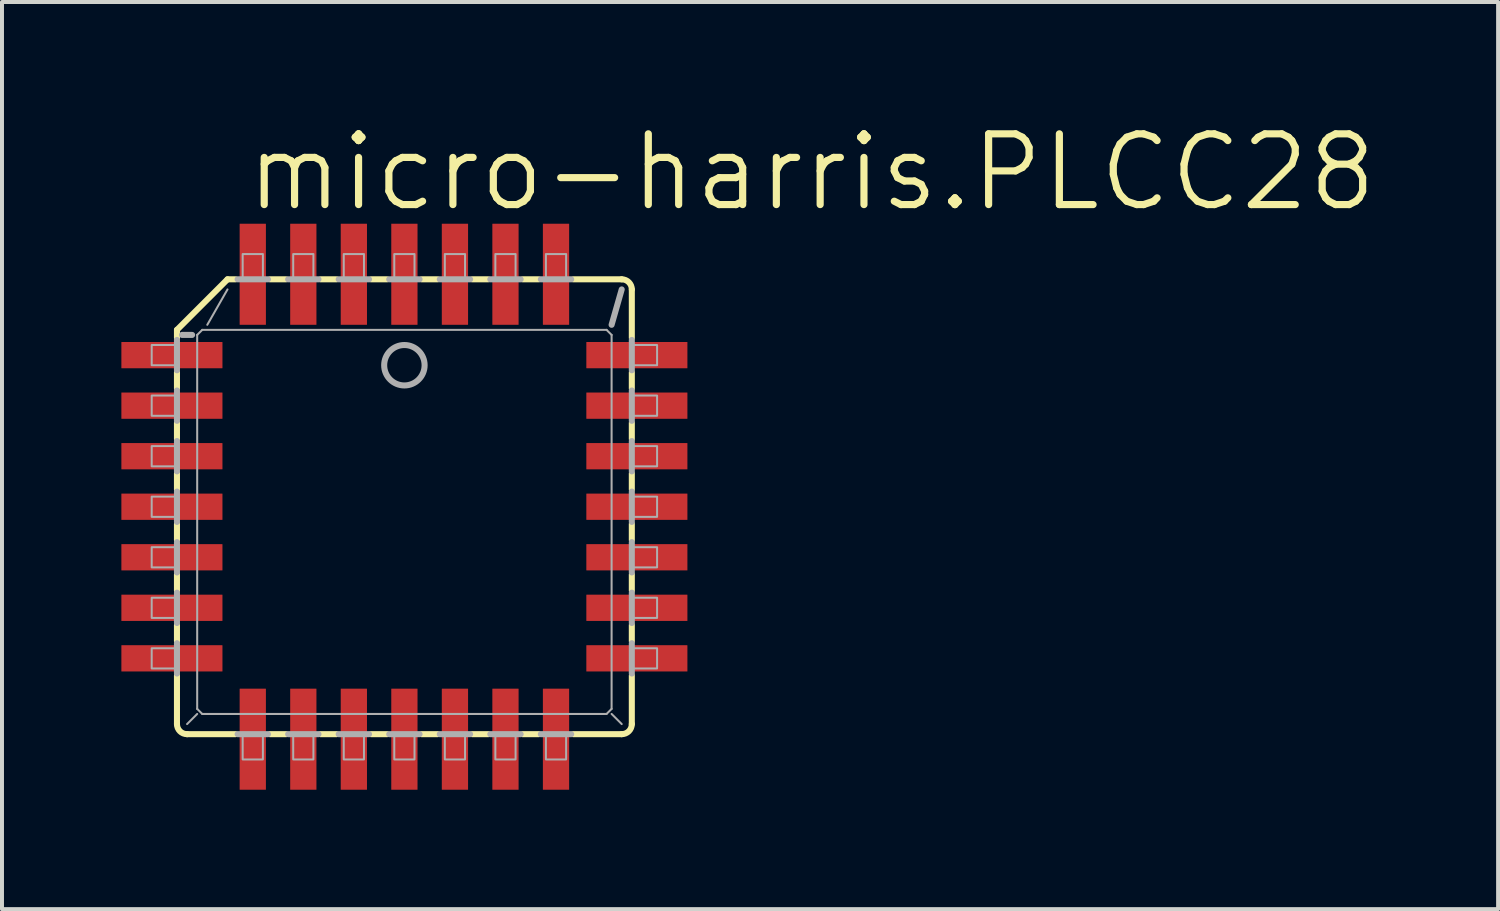
<source format=kicad_pcb>
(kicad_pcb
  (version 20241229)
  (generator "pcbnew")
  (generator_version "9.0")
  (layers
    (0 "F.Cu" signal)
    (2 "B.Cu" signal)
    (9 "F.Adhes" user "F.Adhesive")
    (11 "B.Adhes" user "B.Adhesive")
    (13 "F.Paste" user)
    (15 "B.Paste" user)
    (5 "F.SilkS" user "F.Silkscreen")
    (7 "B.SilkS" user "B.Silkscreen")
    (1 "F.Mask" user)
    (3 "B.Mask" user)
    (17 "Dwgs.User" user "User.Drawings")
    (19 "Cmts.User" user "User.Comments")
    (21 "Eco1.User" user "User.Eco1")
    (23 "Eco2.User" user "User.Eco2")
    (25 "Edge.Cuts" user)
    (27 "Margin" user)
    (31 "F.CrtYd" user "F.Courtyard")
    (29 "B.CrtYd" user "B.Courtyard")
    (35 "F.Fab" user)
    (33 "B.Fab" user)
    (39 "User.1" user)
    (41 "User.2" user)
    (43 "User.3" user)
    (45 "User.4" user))
  (footprint "micro-harris.PLCC28"
    (layer "F.Cu")
    (at 7.112 9.684)
    (property "Reference" "micro-harris.PLCC28" (at -4.064 -7.366 0) (layer "F.SilkS") (effects (font (size 1.778 1.778) (thickness 0.18)) (justify left bottom)))
    (attr smd)
    (fp_line (start -5.715 -4.445) (end -5.715 -4.242) (stroke (width 0.152) (type default)) (layer "F.SilkS"))
    (fp_line (start -5.715 -4.445) (end -4.445 -5.715) (stroke (width 0.152) (type default)) (layer "F.SilkS"))
    (fp_line (start -5.715 -3.378) (end -5.715 -2.972) (stroke (width 0.152) (type default)) (layer "F.SilkS"))
    (fp_line (start -5.715 -2.108) (end -5.715 -1.702) (stroke (width 0.152) (type default)) (layer "F.SilkS"))
    (fp_line (start -5.715 -0.838) (end -5.715 -0.432) (stroke (width 0.152) (type default)) (layer "F.SilkS"))
    (fp_line (start -5.715 0.432) (end -5.715 0.838) (stroke (width 0.152) (type default)) (layer "F.SilkS"))
    (fp_line (start -5.715 2.108) (end -5.715 1.702) (stroke (width 0.152) (type default)) (layer "F.SilkS"))
    (fp_line (start -5.715 2.972) (end -5.715 3.378) (stroke (width 0.152) (type default)) (layer "F.SilkS"))
    (fp_line (start -5.715 4.242) (end -5.715 5.461) (stroke (width 0.152) (type default)) (layer "F.SilkS"))
    (fp_line (start -5.461 5.715) (end -4.242 5.715) (stroke (width 0.152) (type default)) (layer "F.SilkS"))
    (fp_line (start -4.445 -5.715) (end -4.242 -5.715) (stroke (width 0.152) (type default)) (layer "F.SilkS"))
    (fp_line (start -3.378 5.715) (end -2.972 5.715) (stroke (width 0.152) (type default)) (layer "F.SilkS"))
    (fp_line (start -2.972 -5.715) (end -3.378 -5.715) (stroke (width 0.152) (type default)) (layer "F.SilkS"))
    (fp_line (start -2.108 -5.715) (end -1.702 -5.715) (stroke (width 0.152) (type default)) (layer "F.SilkS"))
    (fp_line (start -2.108 5.715) (end -1.702 5.715) (stroke (width 0.152) (type default)) (layer "F.SilkS"))
    (fp_line (start -0.838 5.715) (end -0.432 5.715) (stroke (width 0.152) (type default)) (layer "F.SilkS"))
    (fp_line (start -0.432 -5.715) (end -0.838 -5.715) (stroke (width 0.152) (type default)) (layer "F.SilkS"))
    (fp_line (start 0.432 5.715) (end 0.838 5.715) (stroke (width 0.152) (type default)) (layer "F.SilkS"))
    (fp_line (start 0.838 -5.715) (end 0.432 -5.715) (stroke (width 0.152) (type default)) (layer "F.SilkS"))
    (fp_line (start 2.108 -5.715) (end 1.702 -5.715) (stroke (width 0.152) (type default)) (layer "F.SilkS"))
    (fp_line (start 2.108 5.715) (end 1.702 5.715) (stroke (width 0.152) (type default)) (layer "F.SilkS"))
    (fp_line (start 2.972 5.715) (end 3.378 5.715) (stroke (width 0.152) (type default)) (layer "F.SilkS"))
    (fp_line (start 3.378 -5.715) (end 2.972 -5.715) (stroke (width 0.152) (type default)) (layer "F.SilkS"))
    (fp_line (start 5.461 -5.715) (end 4.242 -5.715) (stroke (width 0.152) (type default)) (layer "F.SilkS"))
    (fp_line (start 5.461 5.715) (end 4.242 5.715) (stroke (width 0.152) (type default)) (layer "F.SilkS"))
    (fp_line (start 5.715 -4.242) (end 5.715 -5.461) (stroke (width 0.152) (type default)) (layer "F.SilkS"))
    (fp_line (start 5.715 -2.972) (end 5.715 -3.378) (stroke (width 0.152) (type default)) (layer "F.SilkS"))
    (fp_line (start 5.715 -2.108) (end 5.715 -1.702) (stroke (width 0.152) (type default)) (layer "F.SilkS"))
    (fp_line (start 5.715 -0.432) (end 5.715 -0.838) (stroke (width 0.152) (type default)) (layer "F.SilkS"))
    (fp_line (start 5.715 0.838) (end 5.715 0.432) (stroke (width 0.152) (type default)) (layer "F.SilkS"))
    (fp_line (start 5.715 2.108) (end 5.715 1.702) (stroke (width 0.152) (type default)) (layer "F.SilkS"))
    (fp_line (start 5.715 3.378) (end 5.715 2.972) (stroke (width 0.152) (type default)) (layer "F.SilkS"))
    (fp_line (start 5.715 5.461) (end 5.715 4.242) (stroke (width 0.152) (type default)) (layer "F.SilkS"))
    (fp_arc (start -5.461 5.715) (mid -5.640605 5.640605) (end -5.715 5.461) (stroke (width 0.1524) (type default)) (layer "F.SilkS"))
    (fp_arc (start 5.461 -5.715) (mid 5.640605 -5.640605) (end 5.715 -5.461) (stroke (width 0.1524) (type default)) (layer "F.SilkS"))
    (fp_arc (start 5.715 5.461) (mid 5.640605 5.640605) (end 5.461 5.715) (stroke (width 0.1524) (type default)) (layer "F.SilkS"))
    (fp_line (start -5.715 -4.191) (end -5.715 -3.429) (stroke (width 0.152) (type default)) (layer "F.Fab"))
    (fp_line (start -5.715 -2.921) (end -5.715 -2.159) (stroke (width 0.152) (type default)) (layer "F.Fab"))
    (fp_line (start -5.715 -1.651) (end -5.715 -0.889) (stroke (width 0.152) (type default)) (layer "F.Fab"))
    (fp_line (start -5.715 -0.381) (end -5.715 0.381) (stroke (width 0.152) (type default)) (layer "F.Fab"))
    (fp_line (start -5.715 0.889) (end -5.715 1.651) (stroke (width 0.152) (type default)) (layer "F.Fab"))
    (fp_line (start -5.715 2.159) (end -5.715 2.921) (stroke (width 0.152) (type default)) (layer "F.Fab"))
    (fp_line (start -5.715 3.429) (end -5.715 4.191) (stroke (width 0.152) (type default)) (layer "F.Fab"))
    (fp_line (start -5.334 -4.318) (end -5.588 -4.318) (stroke (width 0.152) (type default)) (layer "F.Fab"))
    (fp_line (start -5.207 5.08) (end -5.207 -4.318) (stroke (width 0.051) (type default)) (layer "F.Fab"))
    (fp_line (start -5.207 5.08) (end -5.08 5.207) (stroke (width 0.051) (type default)) (layer "F.Fab"))
    (fp_line (start -5.207 5.207) (end -5.461 5.461) (stroke (width 0.051) (type default)) (layer "F.Fab"))
    (fp_line (start -5.08 -4.445) (end -5.207 -4.318) (stroke (width 0.051) (type default)) (layer "F.Fab"))
    (fp_line (start -5.08 -4.445) (end 5.08 -4.445) (stroke (width 0.051) (type default)) (layer "F.Fab"))
    (fp_line (start -4.953 -4.572) (end -4.445 -5.461) (stroke (width 0.051) (type default)) (layer "F.Fab"))
    (fp_line (start -4.191 5.715) (end -3.429 5.715) (stroke (width 0.152) (type default)) (layer "F.Fab"))
    (fp_line (start -3.429 -5.715) (end -4.191 -5.715) (stroke (width 0.152) (type default)) (layer "F.Fab"))
    (fp_line (start -2.921 5.715) (end -2.159 5.715) (stroke (width 0.152) (type default)) (layer "F.Fab"))
    (fp_line (start -2.159 -5.715) (end -2.921 -5.715) (stroke (width 0.152) (type default)) (layer "F.Fab"))
    (fp_line (start -1.651 5.715) (end -0.889 5.715) (stroke (width 0.152) (type default)) (layer "F.Fab"))
    (fp_line (start -0.889 -5.715) (end -1.651 -5.715) (stroke (width 0.152) (type default)) (layer "F.Fab"))
    (fp_line (start -0.381 5.715) (end 0.381 5.715) (stroke (width 0.152) (type default)) (layer "F.Fab"))
    (fp_line (start 0.381 -5.715) (end -0.381 -5.715) (stroke (width 0.152) (type default)) (layer "F.Fab"))
    (fp_line (start 0.889 5.715) (end 1.651 5.715) (stroke (width 0.152) (type default)) (layer "F.Fab"))
    (fp_line (start 1.651 -5.715) (end 0.889 -5.715) (stroke (width 0.152) (type default)) (layer "F.Fab"))
    (fp_line (start 2.159 5.715) (end 2.921 5.715) (stroke (width 0.152) (type default)) (layer "F.Fab"))
    (fp_line (start 2.921 -5.715) (end 2.159 -5.715) (stroke (width 0.152) (type default)) (layer "F.Fab"))
    (fp_line (start 3.429 5.715) (end 4.191 5.715) (stroke (width 0.152) (type default)) (layer "F.Fab"))
    (fp_line (start 4.191 -5.715) (end 3.429 -5.715) (stroke (width 0.152) (type default)) (layer "F.Fab"))
    (fp_line (start 5.08 5.207) (end -5.08 5.207) (stroke (width 0.051) (type default)) (layer "F.Fab"))
    (fp_line (start 5.08 5.207) (end 5.207 5.08) (stroke (width 0.051) (type default)) (layer "F.Fab"))
    (fp_line (start 5.207 -4.318) (end 5.08 -4.445) (stroke (width 0.051) (type default)) (layer "F.Fab"))
    (fp_line (start 5.207 -4.318) (end 5.207 5.08) (stroke (width 0.051) (type default)) (layer "F.Fab"))
    (fp_line (start 5.207 5.207) (end 5.461 5.461) (stroke (width 0.051) (type default)) (layer "F.Fab"))
    (fp_line (start 5.461 -5.461) (end 5.207 -4.572) (stroke (width 0.152) (type default)) (layer "F.Fab"))
    (fp_line (start 5.715 -3.429) (end 5.715 -4.191) (stroke (width 0.152) (type default)) (layer "F.Fab"))
    (fp_line (start 5.715 -2.159) (end 5.715 -2.921) (stroke (width 0.152) (type default)) (layer "F.Fab"))
    (fp_line (start 5.715 -0.889) (end 5.715 -1.651) (stroke (width 0.152) (type default)) (layer "F.Fab"))
    (fp_line (start 5.715 0.381) (end 5.715 -0.381) (stroke (width 0.152) (type default)) (layer "F.Fab"))
    (fp_line (start 5.715 1.651) (end 5.715 0.889) (stroke (width 0.152) (type default)) (layer "F.Fab"))
    (fp_line (start 5.715 2.921) (end 5.715 2.159) (stroke (width 0.152) (type default)) (layer "F.Fab"))
    (fp_line (start 5.715 4.191) (end 5.715 3.429) (stroke (width 0.152) (type default)) (layer "F.Fab"))
    (fp_rect (start -6.35 -3.556) (end -5.715 -4.064) (stroke (width 0.05) (type default)) (fill no) (layer "F.Fab"))
    (fp_rect (start -6.35 -2.286) (end -5.715 -2.794) (stroke (width 0.05) (type default)) (fill no) (layer "F.Fab"))
    (fp_rect (start -6.35 -1.016) (end -5.715 -1.524) (stroke (width 0.05) (type default)) (fill no) (layer "F.Fab"))
    (fp_rect (start -6.35 0.254) (end -5.715 -0.254) (stroke (width 0.05) (type default)) (fill no) (layer "F.Fab"))
    (fp_rect (start -6.35 1.524) (end -5.715 1.016) (stroke (width 0.05) (type default)) (fill no) (layer "F.Fab"))
    (fp_rect (start -6.35 2.794) (end -5.715 2.286) (stroke (width 0.05) (type default)) (fill no) (layer "F.Fab"))
    (fp_rect (start -6.35 4.064) (end -5.715 3.556) (stroke (width 0.05) (type default)) (fill no) (layer "F.Fab"))
    (fp_rect (start -4.064 -5.715) (end -3.556 -6.35) (stroke (width 0.05) (type default)) (fill no) (layer "F.Fab"))
    (fp_rect (start -4.064 6.35) (end -3.556 5.715) (stroke (width 0.05) (type default)) (fill no) (layer "F.Fab"))
    (fp_rect (start -2.794 -5.715) (end -2.286 -6.35) (stroke (width 0.05) (type default)) (fill no) (layer "F.Fab"))
    (fp_rect (start -2.794 6.35) (end -2.286 5.715) (stroke (width 0.05) (type default)) (fill no) (layer "F.Fab"))
    (fp_rect (start -1.524 -5.715) (end -1.016 -6.35) (stroke (width 0.05) (type default)) (fill no) (layer "F.Fab"))
    (fp_rect (start -1.524 6.35) (end -1.016 5.715) (stroke (width 0.05) (type default)) (fill no) (layer "F.Fab"))
    (fp_rect (start -0.254 -5.715) (end 0.254 -6.35) (stroke (width 0.05) (type default)) (fill no) (layer "F.Fab"))
    (fp_rect (start -0.254 6.35) (end 0.254 5.715) (stroke (width 0.05) (type default)) (fill no) (layer "F.Fab"))
    (fp_rect (start 1.016 -5.715) (end 1.524 -6.35) (stroke (width 0.05) (type default)) (fill no) (layer "F.Fab"))
    (fp_rect (start 1.016 6.35) (end 1.524 5.715) (stroke (width 0.05) (type default)) (fill no) (layer "F.Fab"))
    (fp_rect (start 2.286 -5.715) (end 2.794 -6.35) (stroke (width 0.05) (type default)) (fill no) (layer "F.Fab"))
    (fp_rect (start 2.286 6.35) (end 2.794 5.715) (stroke (width 0.05) (type default)) (fill no) (layer "F.Fab"))
    (fp_rect (start 3.556 -5.715) (end 4.064 -6.35) (stroke (width 0.05) (type default)) (fill no) (layer "F.Fab"))
    (fp_rect (start 3.556 6.35) (end 4.064 5.715) (stroke (width 0.05) (type default)) (fill no) (layer "F.Fab"))
    (fp_rect (start 5.715 -3.556) (end 6.35 -4.064) (stroke (width 0.05) (type default)) (fill no) (layer "F.Fab"))
    (fp_rect (start 5.715 -2.286) (end 6.35 -2.794) (stroke (width 0.05) (type default)) (fill no) (layer "F.Fab"))
    (fp_rect (start 5.715 -1.016) (end 6.35 -1.524) (stroke (width 0.05) (type default)) (fill no) (layer "F.Fab"))
    (fp_rect (start 5.715 0.254) (end 6.35 -0.254) (stroke (width 0.05) (type default)) (fill no) (layer "F.Fab"))
    (fp_rect (start 5.715 1.524) (end 6.35 1.016) (stroke (width 0.05) (type default)) (fill no) (layer "F.Fab"))
    (fp_rect (start 5.715 2.794) (end 6.35 2.286) (stroke (width 0.05) (type default)) (fill no) (layer "F.Fab"))
    (fp_rect (start 5.715 4.064) (end 6.35 3.556) (stroke (width 0.05) (type default)) (fill no) (layer "F.Fab"))
    (fp_circle (center 0 -3.556) (end 0.508 -3.556) (stroke (width 0.152) (type default)) (fill no) (layer "F.Fab"))
    (pad "1" smd roundrect (at 0 -5.842) (size 0.66 2.54) (layers "F.Cu" "F.Mask" "F.Paste") (roundrect_rratio 0.01))
    (pad "2" smd roundrect (at -1.27 -5.842) (size 0.66 2.54) (layers "F.Cu" "F.Mask" "F.Paste") (roundrect_rratio 0.01))
    (pad "3" smd roundrect (at -2.54 -5.842) (size 0.66 2.54) (layers "F.Cu" "F.Mask" "F.Paste") (roundrect_rratio 0.01))
    (pad "4" smd roundrect (at -3.81 -5.842) (size 0.66 2.54) (layers "F.Cu" "F.Mask" "F.Paste") (roundrect_rratio 0.01))
    (pad "5" smd roundrect (at -5.842 -3.81) (size 2.54 0.66) (layers "F.Cu" "F.Mask" "F.Paste") (roundrect_rratio 0.01))
    (pad "6" smd roundrect (at -5.842 -2.54) (size 2.54 0.66) (layers "F.Cu" "F.Mask" "F.Paste") (roundrect_rratio 0.01))
    (pad "7" smd roundrect (at -5.842 -1.27) (size 2.54 0.66) (layers "F.Cu" "F.Mask" "F.Paste") (roundrect_rratio 0.01))
    (pad "8" smd roundrect (at -5.842 0) (size 2.54 0.66) (layers "F.Cu" "F.Mask" "F.Paste") (roundrect_rratio 0.01))
    (pad "9" smd roundrect (at -5.842 1.27) (size 2.54 0.66) (layers "F.Cu" "F.Mask" "F.Paste") (roundrect_rratio 0.01))
    (pad "10" smd roundrect (at -5.842 2.54) (size 2.54 0.66) (layers "F.Cu" "F.Mask" "F.Paste") (roundrect_rratio 0.01))
    (pad "11" smd roundrect (at -5.842 3.81) (size 2.54 0.66) (layers "F.Cu" "F.Mask" "F.Paste") (roundrect_rratio 0.01))
    (pad "12" smd roundrect (at -3.81 5.842) (size 0.66 2.54) (layers "F.Cu" "F.Mask" "F.Paste") (roundrect_rratio 0.01))
    (pad "13" smd roundrect (at -2.54 5.842) (size 0.66 2.54) (layers "F.Cu" "F.Mask" "F.Paste") (roundrect_rratio 0.01))
    (pad "14" smd roundrect (at -1.27 5.842) (size 0.66 2.54) (layers "F.Cu" "F.Mask" "F.Paste") (roundrect_rratio 0.01))
    (pad "15" smd roundrect (at 0 5.842) (size 0.66 2.54) (layers "F.Cu" "F.Mask" "F.Paste") (roundrect_rratio 0.01))
    (pad "16" smd roundrect (at 1.27 5.842) (size 0.66 2.54) (layers "F.Cu" "F.Mask" "F.Paste") (roundrect_rratio 0.01))
    (pad "17" smd roundrect (at 2.54 5.842) (size 0.66 2.54) (layers "F.Cu" "F.Mask" "F.Paste") (roundrect_rratio 0.01))
    (pad "18" smd roundrect (at 3.81 5.842) (size 0.66 2.54) (layers "F.Cu" "F.Mask" "F.Paste") (roundrect_rratio 0.01))
    (pad "19" smd roundrect (at 5.842 3.81) (size 2.54 0.66) (layers "F.Cu" "F.Mask" "F.Paste") (roundrect_rratio 0.01))
    (pad "20" smd roundrect (at 5.842 2.54) (size 2.54 0.66) (layers "F.Cu" "F.Mask" "F.Paste") (roundrect_rratio 0.01))
    (pad "21" smd roundrect (at 5.842 1.27) (size 2.54 0.66) (layers "F.Cu" "F.Mask" "F.Paste") (roundrect_rratio 0.01))
    (pad "22" smd roundrect (at 5.842 0) (size 2.54 0.66) (layers "F.Cu" "F.Mask" "F.Paste") (roundrect_rratio 0.01))
    (pad "23" smd roundrect (at 5.842 -1.27) (size 2.54 0.66) (layers "F.Cu" "F.Mask" "F.Paste") (roundrect_rratio 0.01))
    (pad "24" smd roundrect (at 5.842 -2.54) (size 2.54 0.66) (layers "F.Cu" "F.Mask" "F.Paste") (roundrect_rratio 0.01))
    (pad "25" smd roundrect (at 5.842 -3.81) (size 2.54 0.66) (layers "F.Cu" "F.Mask" "F.Paste") (roundrect_rratio 0.01))
    (pad "26" smd roundrect (at 3.81 -5.842) (size 0.66 2.54) (layers "F.Cu" "F.Mask" "F.Paste") (roundrect_rratio 0.01))
    (pad "27" smd roundrect (at 2.54 -5.842) (size 0.66 2.54) (layers "F.Cu" "F.Mask" "F.Paste") (roundrect_rratio 0.01))
    (pad "28" smd roundrect (at 1.27 -5.842) (size 0.66 2.54) (layers "F.Cu" "F.Mask" "F.Paste") (roundrect_rratio 0.01)))
  (gr_rect
    (start -3 -3)
    (end 34.596 19.796)
    (stroke (width 0.1) (type default))
    (fill no)
    (layer "Edge.Cuts")))
</source>
